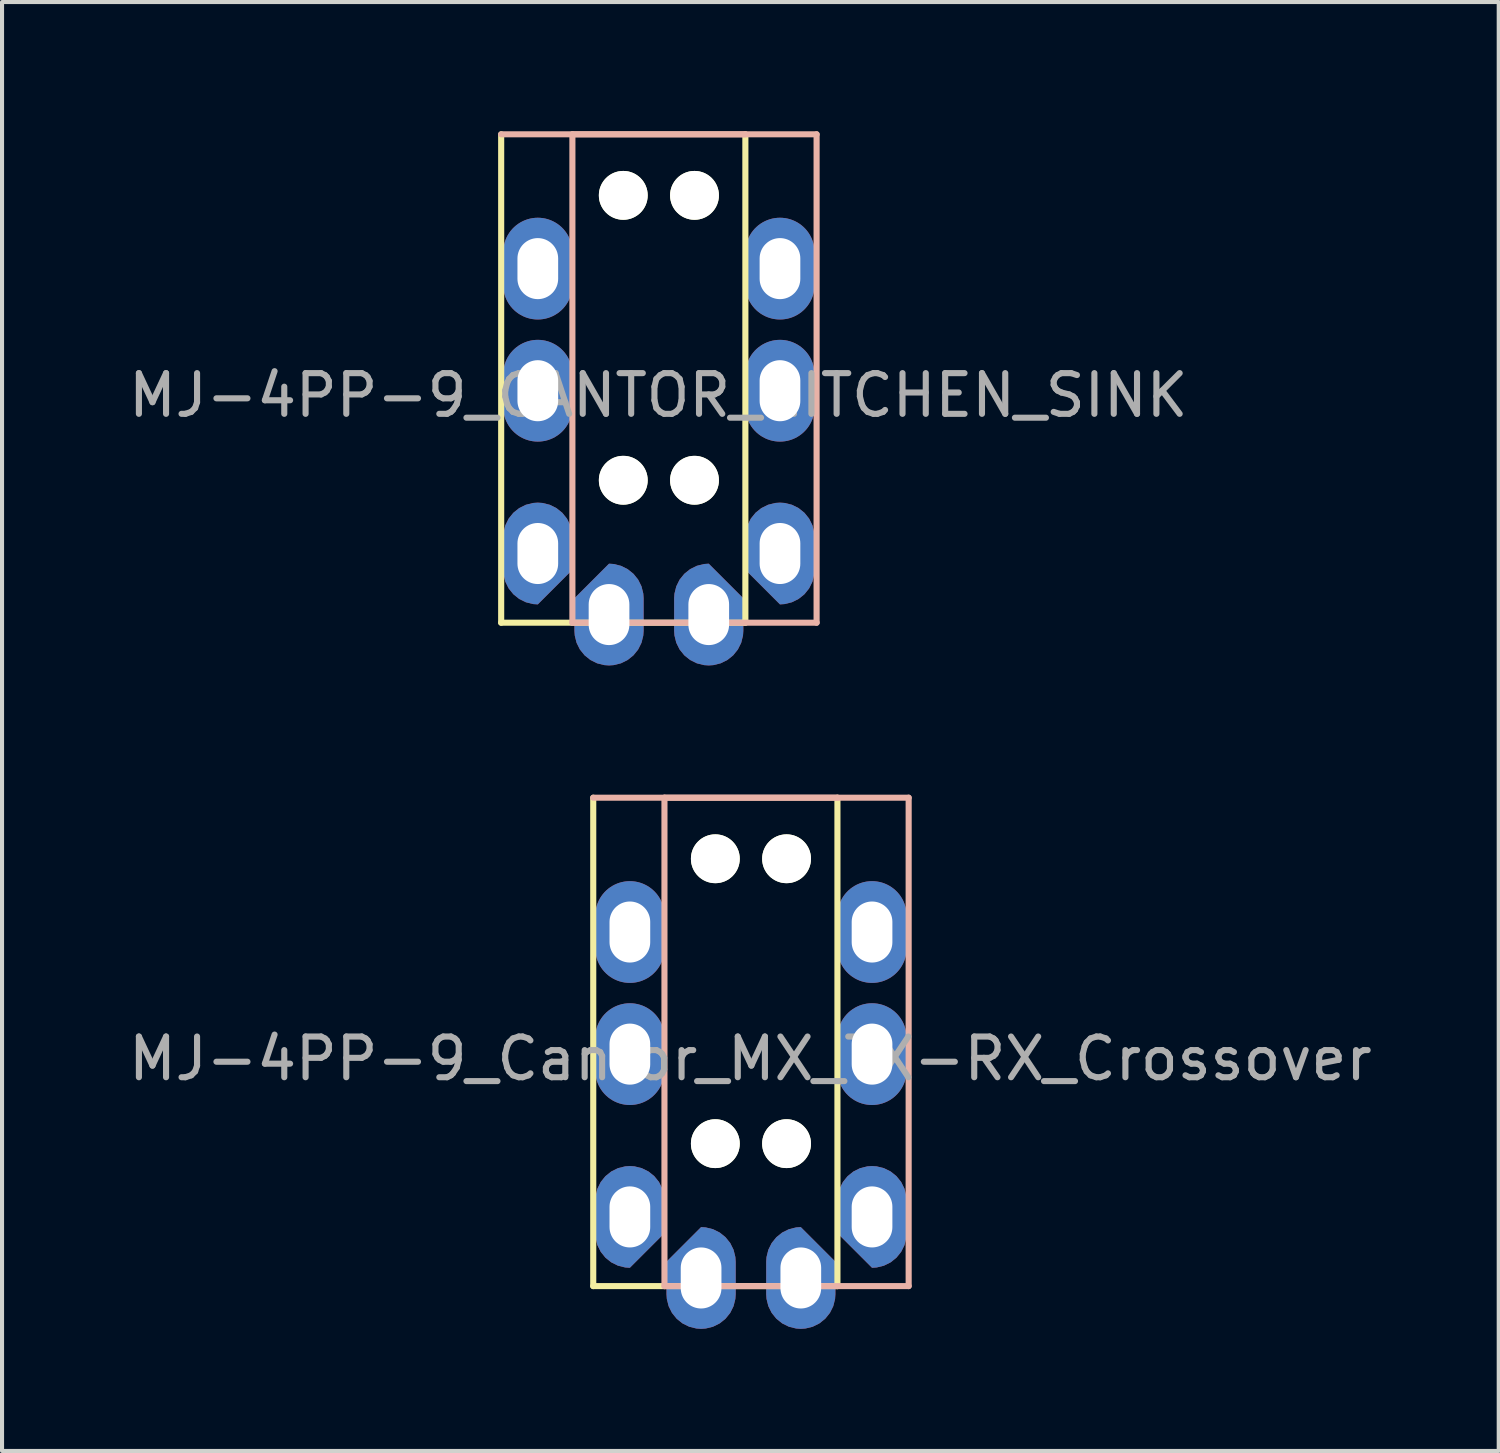
<source format=kicad_pcb>
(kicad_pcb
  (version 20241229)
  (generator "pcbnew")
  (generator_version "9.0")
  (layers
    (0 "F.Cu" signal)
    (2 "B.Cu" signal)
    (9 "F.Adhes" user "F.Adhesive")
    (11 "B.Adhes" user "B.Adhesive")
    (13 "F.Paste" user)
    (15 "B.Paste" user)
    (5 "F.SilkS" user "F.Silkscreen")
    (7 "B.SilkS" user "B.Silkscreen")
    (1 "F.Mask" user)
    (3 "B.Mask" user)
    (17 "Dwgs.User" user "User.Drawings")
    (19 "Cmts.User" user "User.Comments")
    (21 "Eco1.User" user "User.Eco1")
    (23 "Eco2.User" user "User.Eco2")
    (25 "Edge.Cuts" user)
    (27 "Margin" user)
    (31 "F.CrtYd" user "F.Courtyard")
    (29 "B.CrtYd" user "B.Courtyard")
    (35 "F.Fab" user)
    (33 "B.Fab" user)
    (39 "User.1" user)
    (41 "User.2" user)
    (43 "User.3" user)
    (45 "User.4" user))
  (footprint "MJ-4PP-9_CANTOR_KITCHEN_SINK"
    (layer "F.Cu")
    (at 14.014 0.25)
    (property "Reference" "MJ-4PP-9_CANTOR_KITCHEN_SINK" (at -0.889 6.413 0) (layer "F.Fab") (effects (font (size 1 1) (thickness 0.15))))
    (attr through_hole)
    (fp_line (start -4.75 12) (end -4.75 0) (stroke (width 0.15) (type solid)) (layer "F.SilkS"))
    (fp_line (start 1.25 0) (end 1.25 12) (stroke (width 0.15) (type solid)) (layer "F.SilkS"))
    (fp_line (start 1.25 12) (end -4.75 12) (stroke (width 0.15) (type solid)) (layer "F.SilkS"))
    (fp_line (start -4.75 0) (end 1.25 0) (stroke (width 0.15) (type solid)) (layer "B.SilkS"))
    (fp_line (start -3 0) (end 3 0) (stroke (width 0.15) (type solid)) (layer "B.SilkS"))
    (fp_line (start -3 12) (end -3 0) (stroke (width 0.15) (type solid)) (layer "B.SilkS"))
    (fp_line (start 3 0) (end 3 12) (stroke (width 0.15) (type solid)) (layer "B.SilkS"))
    (fp_line (start 3 12) (end -3 12) (stroke (width 0.15) (type solid)) (layer "B.SilkS"))
    (pad "" np_thru_hole circle (at -1.75 1.5) (size 1.2 1.2) (drill 1.2) (layers "*.Cu" "*.Mask" "F.SilkS"))
    (pad "" np_thru_hole circle (at -1.75 8.5) (size 1.2 1.2) (drill 1.2) (layers "*.Cu" "*.Mask" "F.SilkS"))
    (pad "" np_thru_hole circle (at 0 1.5) (size 1.2 1.2) (drill 1.2) (layers "*.Cu" "*.Mask" "F.SilkS"))
    (pad "" np_thru_hole circle (at 0 8.5) (size 1.2 1.2) (drill 1.2) (layers "*.Cu" "*.Mask" "F.SilkS"))
    (pad "1" thru_hole roundrect (at -2.1 11.8) (size 1.7 2.5) (drill oval 1 1.5) (layers "*.Cu" "B.Mask") (roundrect_rratio 0.5) (chamfer_ratio 0.5) (chamfer top_left))
    (pad "1" thru_hole roundrect (at 0.35 11.8) (size 1.7 2.5) (drill oval 1 1.5) (layers "*.Cu" "F.Mask") (roundrect_rratio 0.5) (chamfer_ratio 0.5) (chamfer top_right))
    (pad "2" thru_hole roundrect (at -3.85 10.3) (size 1.7 2.5) (drill oval 1 1.5) (layers "*.Cu" "F.Mask") (roundrect_rratio 0.5) (chamfer_ratio 0.5) (chamfer bottom_right))
    (pad "2" thru_hole roundrect (at 2.1 10.3) (size 1.7 2.5) (drill oval 1 1.5) (layers "*.Cu" "B.Mask") (roundrect_rratio 0.5) (chamfer_ratio 0.5) (chamfer bottom_left))
    (pad "3" thru_hole oval (at -3.85 6.3) (size 1.7 2.5) (drill oval 1 1.5) (layers "*.Cu" "F.Mask"))
    (pad "3" thru_hole oval (at 2.1 6.3) (size 1.7 2.5) (drill oval 1 1.5) (layers "*.Cu" "B.Mask"))
    (pad "4" thru_hole oval (at -3.85 3.3) (size 1.7 2.5) (drill oval 1 1.5) (layers "*.Cu" "F.Mask"))
    (pad "4" thru_hole oval (at 2.1 3.3) (size 1.7 2.5) (drill oval 1 1.5) (layers "*.Cu" "B.Mask")))
  (footprint "MJ-4PP-9_Cantor_MX_TX-RX_Crossover"
    (layer "F.Cu")
    (at 16.276 16.55)
    (property "Reference" "MJ-4PP-9_Cantor_MX_TX-RX_Crossover" (at -0.889 6.413 0) (layer "F.Fab") (effects (font (size 1 1) (thickness 0.15))))
    (attr through_hole)
    (fp_line (start -4.75 12) (end -4.75 0) (stroke (width 0.15) (type solid)) (layer "F.SilkS"))
    (fp_line (start 1.25 0) (end 1.25 12) (stroke (width 0.15) (type solid)) (layer "F.SilkS"))
    (fp_line (start 1.25 12) (end -4.75 12) (stroke (width 0.15) (type solid)) (layer "F.SilkS"))
    (fp_line (start -4.75 0) (end 1.25 0) (stroke (width 0.15) (type solid)) (layer "B.SilkS"))
    (fp_line (start -3 0) (end 3 0) (stroke (width 0.15) (type solid)) (layer "B.SilkS"))
    (fp_line (start -3 12) (end -3 0) (stroke (width 0.15) (type solid)) (layer "B.SilkS"))
    (fp_line (start 3 0) (end 3 12) (stroke (width 0.15) (type solid)) (layer "B.SilkS"))
    (fp_line (start 3 12) (end -3 12) (stroke (width 0.15) (type solid)) (layer "B.SilkS"))
    (pad "" np_thru_hole circle (at -1.75 1.5) (size 1.2 1.2) (drill 1.2) (layers "*.Cu" "*.Mask" "F.SilkS"))
    (pad "" np_thru_hole circle (at -1.75 8.5) (size 1.2 1.2) (drill 1.2) (layers "*.Cu" "*.Mask" "F.SilkS"))
    (pad "" np_thru_hole circle (at 0 1.5) (size 1.2 1.2) (drill 1.2) (layers "*.Cu" "*.Mask" "F.SilkS"))
    (pad "" np_thru_hole circle (at 0 8.5) (size 1.2 1.2) (drill 1.2) (layers "*.Cu" "*.Mask" "F.SilkS"))
    (pad "1" thru_hole roundrect (at -2.1 11.8) (size 1.7 2.5) (drill oval 1 1.5) (layers "*.Cu" "B.Mask") (roundrect_rratio 0.5) (chamfer_ratio 0.5) (chamfer top_left))
    (pad "1" thru_hole roundrect (at 0.35 11.8) (size 1.7 2.5) (drill oval 1 1.5) (layers "*.Cu" "F.Mask") (roundrect_rratio 0.5) (chamfer_ratio 0.5) (chamfer top_right))
    (pad "2" thru_hole roundrect (at -3.85 10.3) (size 1.7 2.5) (drill oval 1 1.5) (layers "*.Cu" "F.Mask") (roundrect_rratio 0.5) (chamfer_ratio 0.5) (chamfer bottom_right))
    (pad "2" thru_hole roundrect (at 2.1 10.3) (size 1.7 2.5) (drill oval 1 1.5) (layers "*.Cu" "B.Mask") (roundrect_rratio 0.5) (chamfer_ratio 0.5) (chamfer bottom_left))
    (pad "3" thru_hole oval (at -3.85 6.3) (size 1.7 2.5) (drill oval 1 1.5) (layers "*.Cu" "F.Mask"))
    (pad "3" thru_hole oval (at 2.1 3.3) (size 1.7 2.5) (drill oval 1 1.5) (layers "*.Cu" "B.Mask"))
    (pad "4" thru_hole oval (at -3.85 3.3) (size 1.7 2.5) (drill oval 1 1.5) (layers "*.Cu" "F.Mask"))
    (pad "4" thru_hole oval (at 2.1 6.3) (size 1.7 2.5) (drill oval 1 1.5) (layers "*.Cu" "B.Mask")))
  (gr_rect
    (start -3 -3)
    (end 33.774 32.6)
    (stroke (width 0.1) (type default))
    (fill no)
    (layer "Edge.Cuts")))
</source>
